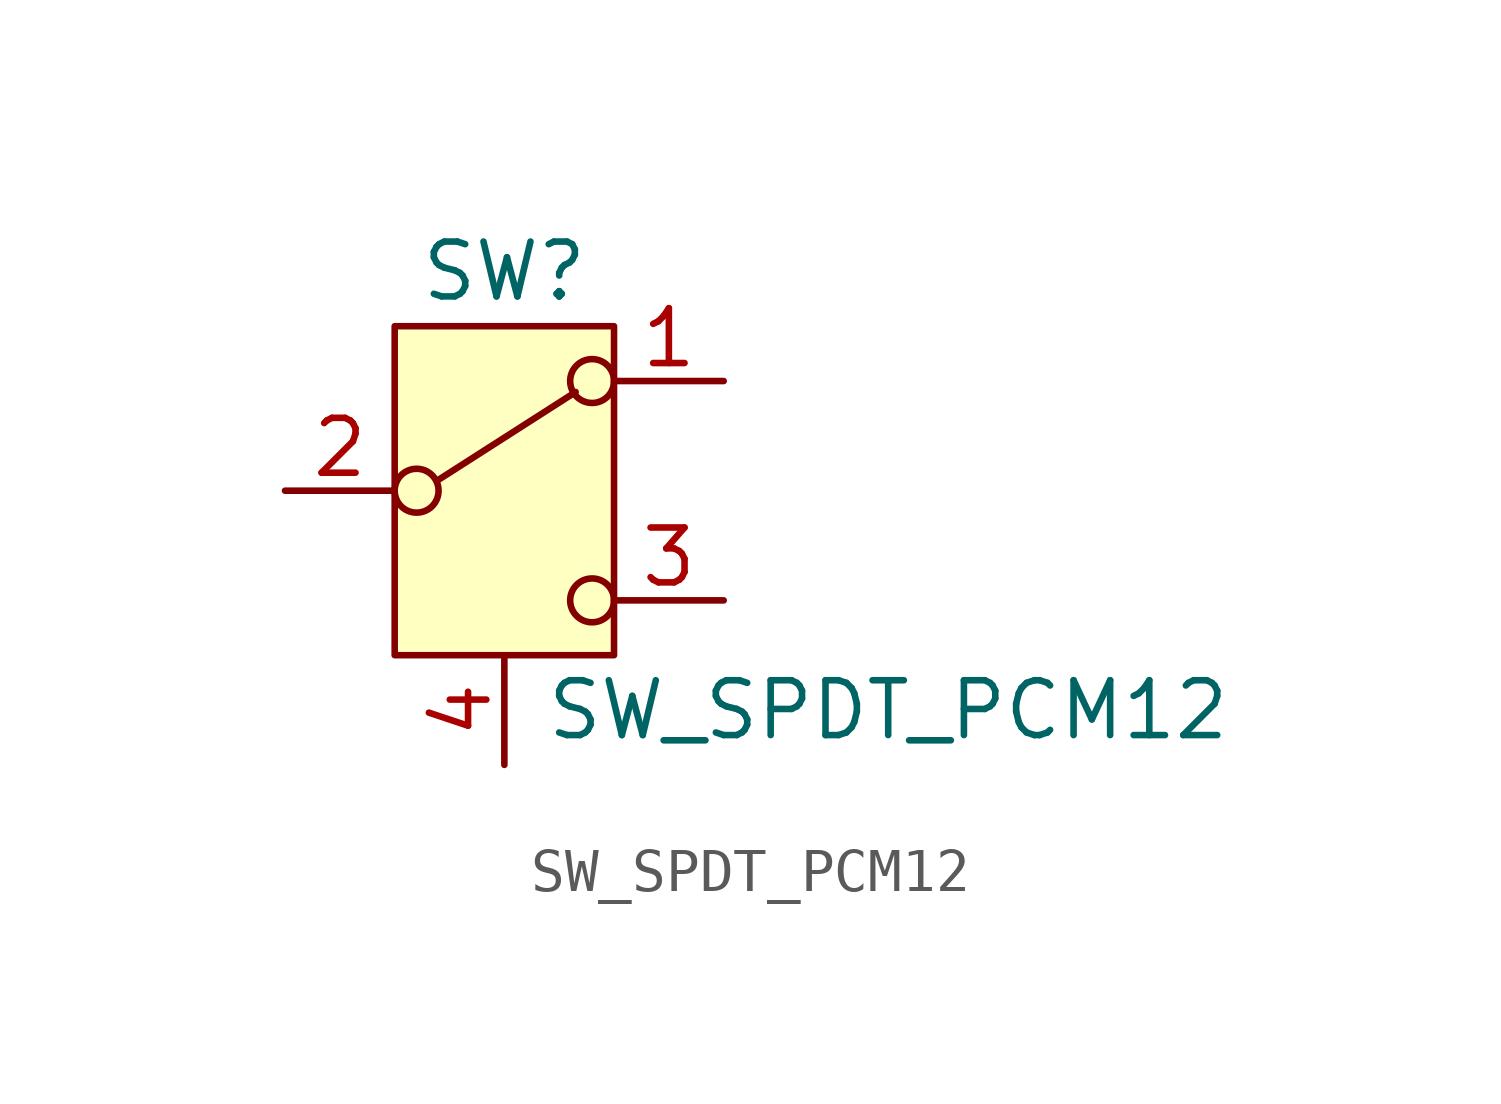
<source format=kicad_sym>
(kicad_symbol_lib
  (version 20211014)
  (generator kicad_symbol_editor)
  (symbol "SW_SPDT_PCM12"
    (pin_names
      (offset 0) hide)
    (property "Reference" "SW"
      (at 0 5.08 0)
      (effects (font (size 1.27 1.27))))
    (property "Value" "SW_SPDT_PCM12"
      (at 8.89 -5.08 0)
      (effects (font (size 1.27 1.27))))
    (symbol "SW_SPDT_PCM12_0_0"
      (circle (center -2.032 0) (radius 0.508) (stroke (width 0) (type default) (color 0 0 0 0)) (fill (type none)))
      (circle (center 2.032 -2.54) (radius 0.508) (stroke (width 0) (type default) (color 0 0 0 0)) (fill (type none))))
    (symbol "SW_SPDT_PCM12_0_1"
      (rectangle (start -2.54 3.81) (end 2.54 -3.81) (stroke (width 0.152) (type default) (color 0 0 0 0)) (fill (type background)))
      (polyline (pts (xy -1.524 0.254) (xy 1.651 2.286)) (stroke (width 0) (type default) (color 0 0 0 0)) (fill (type none)))
      (circle (center 2.032 2.54) (radius 0.508) (stroke (width 0) (type default) (color 0 0 0 0)) (fill (type none))))
    (symbol "SW_SPDT_PCM12_1_1"
      (pin passive line (at 5.08 2.54 180) (length 2.54) (name "A" (effects (font (size 1.27 1.27)))) (number "1" (effects (font (size 1.27 1.27)))))
      (pin passive line (at -5.08 0 0) (length 2.54) (name "B" (effects (font (size 1.27 1.27)))) (number "2" (effects (font (size 1.27 1.27)))))
      (pin passive line (at 5.08 -2.54 180) (length 2.54) (name "C" (effects (font (size 1.27 1.27)))) (number "3" (effects (font (size 1.27 1.27)))))
      (pin power_in line (at 0 -6.35 90) (length 2.54) (name "GND" (effects (font (size 1.27 1.27)))) (number "4" (effects (font (size 1.27 1.27))))))))
</source>
